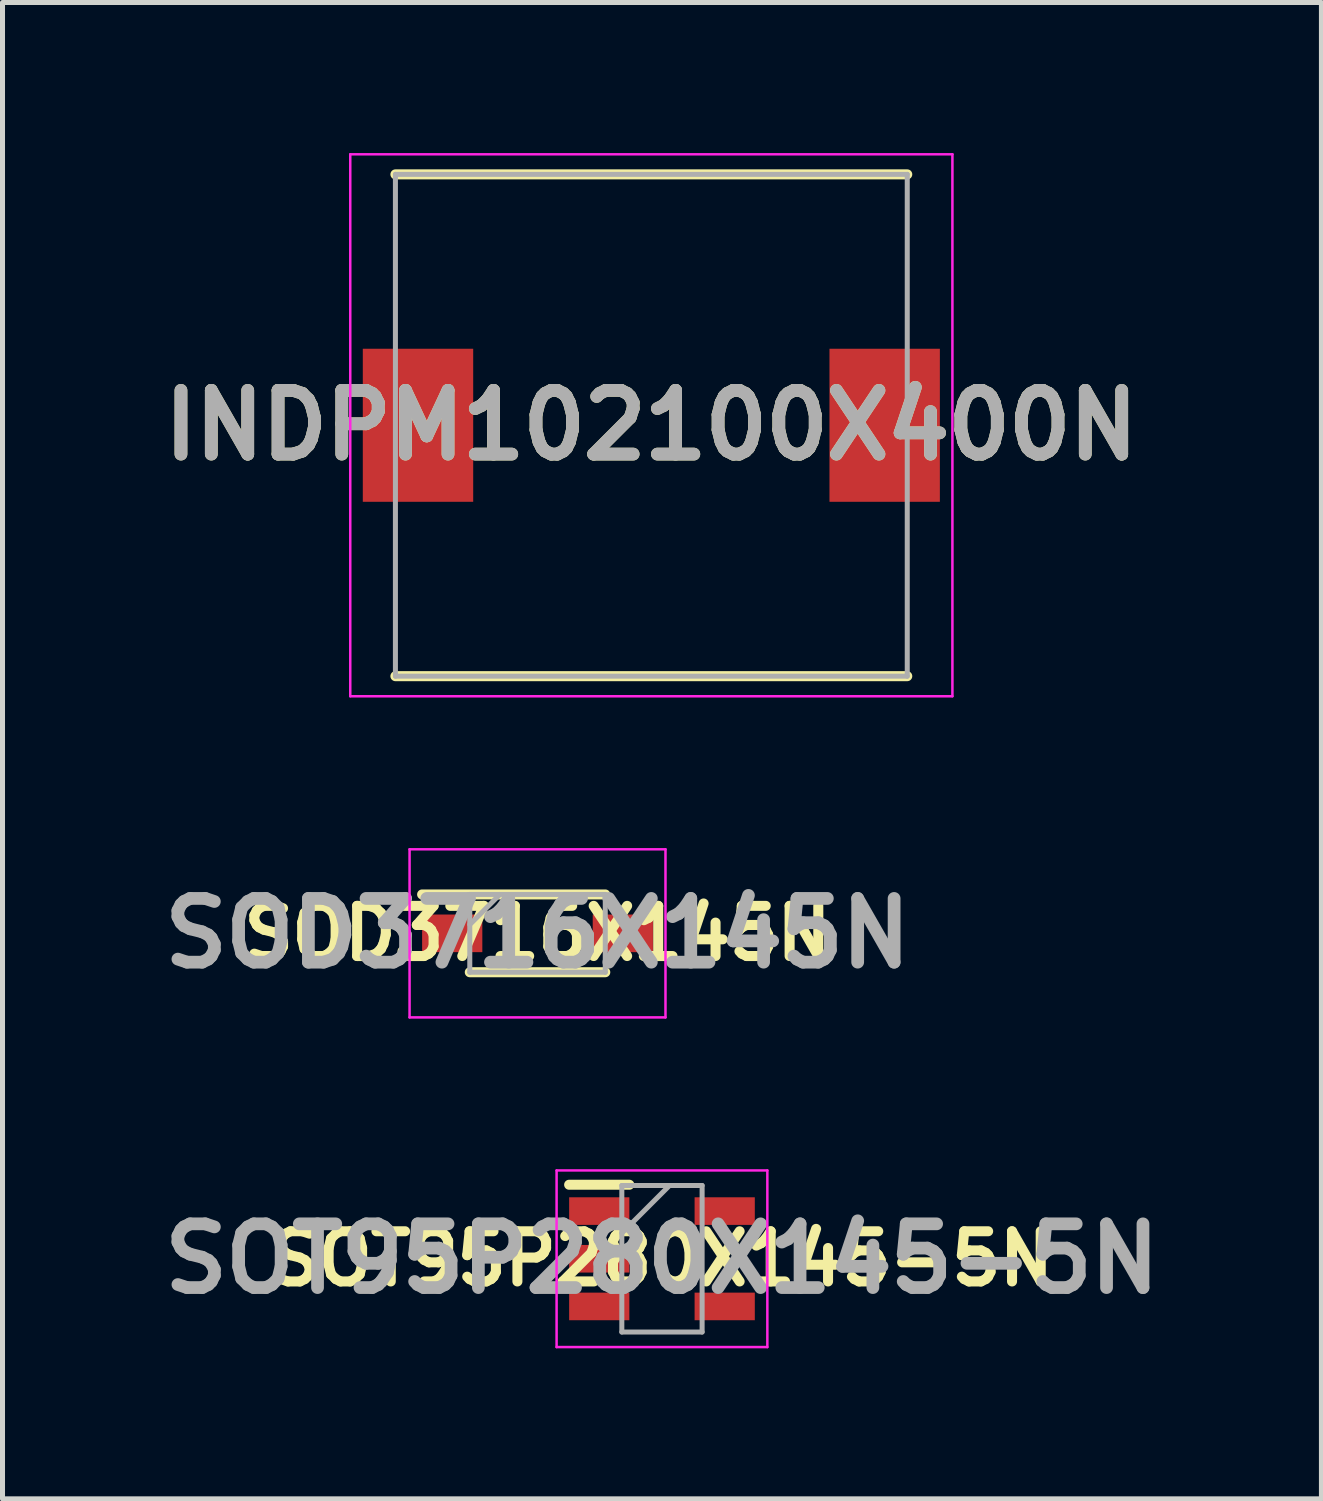
<source format=kicad_pcb>
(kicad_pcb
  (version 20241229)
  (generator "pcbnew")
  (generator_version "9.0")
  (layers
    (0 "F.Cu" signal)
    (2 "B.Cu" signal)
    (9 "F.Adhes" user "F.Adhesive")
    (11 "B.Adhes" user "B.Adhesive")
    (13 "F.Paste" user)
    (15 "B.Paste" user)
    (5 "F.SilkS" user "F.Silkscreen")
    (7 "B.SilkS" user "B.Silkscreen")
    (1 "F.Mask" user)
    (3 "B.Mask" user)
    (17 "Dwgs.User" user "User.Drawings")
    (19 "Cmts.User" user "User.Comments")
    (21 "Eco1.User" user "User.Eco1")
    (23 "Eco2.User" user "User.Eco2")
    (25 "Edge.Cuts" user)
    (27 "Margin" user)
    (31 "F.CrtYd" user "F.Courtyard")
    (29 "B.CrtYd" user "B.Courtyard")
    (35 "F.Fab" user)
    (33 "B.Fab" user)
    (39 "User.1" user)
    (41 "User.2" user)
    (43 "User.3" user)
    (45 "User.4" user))
  (footprint "SOD3716X145N"
    (layer "F.Cu")
    (at 7.662 15.55)
    (property "Reference" "SOD3716X145N" (at 0 0 0) (layer "F.SilkS") (effects (font (size 1 1) (thickness 0.2) (bold yes))))
    (attr smd)
    (fp_line (start -2.3 -0.775) (end 1.35 -0.775) (stroke (width 0.2) (type solid)) (layer "F.SilkS"))
    (fp_line (start -1.35 0.775) (end 1.35 0.775) (stroke (width 0.2) (type solid)) (layer "F.SilkS"))
    (fp_line (start -2.55 -1.675) (end 2.55 -1.675) (stroke (width 0.05) (type solid)) (layer "F.CrtYd"))
    (fp_line (start -2.55 1.675) (end -2.55 -1.675) (stroke (width 0.05) (type solid)) (layer "F.CrtYd"))
    (fp_line (start 2.55 -1.675) (end 2.55 1.675) (stroke (width 0.05) (type solid)) (layer "F.CrtYd"))
    (fp_line (start 2.55 1.675) (end -2.55 1.675) (stroke (width 0.05) (type solid)) (layer "F.CrtYd"))
    (fp_line (start -1.35 -0.775) (end 1.35 -0.775) (stroke (width 0.1) (type solid)) (layer "F.Fab"))
    (fp_line (start -1.35 -0.175) (end -0.75 -0.775) (stroke (width 0.1) (type solid)) (layer "F.Fab"))
    (fp_line (start -1.35 0.775) (end -1.35 -0.775) (stroke (width 0.1) (type solid)) (layer "F.Fab"))
    (fp_line (start 1.35 -0.775) (end 1.35 0.775) (stroke (width 0.1) (type solid)) (layer "F.Fab"))
    (fp_line (start 1.35 0.775) (end -1.35 0.775) (stroke (width 0.1) (type solid)) (layer "F.Fab"))
    (fp_text user "${REFERENCE}" (at 0 0 0) (layer "F.Fab") (effects (font (size 1.27 1.27) (thickness 0.254))))
    (pad "1" smd rect (at -1.7 0 90) (size 0.75 1.2) (layers "F.Cu" "F.Mask" "F.Paste"))
    (pad "2" smd rect (at 1.7 0 90) (size 0.75 1.2) (layers "F.Cu" "F.Mask" "F.Paste")))
  (footprint "SOT95P280X145-5N"
    (layer "F.Cu")
    (at 10.142 22.035)
    (property "Reference" "SOT95P280X145-5N" (at 0 0 0) (layer "F.SilkS") (effects (font (size 1 1) (thickness 0.2) (bold yes))))
    (attr smd)
    (fp_line (start -1.85 -1.475) (end -0.65 -1.475) (stroke (width 0.2) (type solid)) (layer "F.SilkS"))
    (fp_line (start -2.1 -1.76) (end 2.1 -1.76) (stroke (width 0.05) (type solid)) (layer "F.CrtYd"))
    (fp_line (start -2.1 1.76) (end -2.1 -1.76) (stroke (width 0.05) (type solid)) (layer "F.CrtYd"))
    (fp_line (start 2.1 -1.76) (end 2.1 1.76) (stroke (width 0.05) (type solid)) (layer "F.CrtYd"))
    (fp_line (start 2.1 1.76) (end -2.1 1.76) (stroke (width 0.05) (type solid)) (layer "F.CrtYd"))
    (fp_line (start -0.8 -1.46) (end 0.8 -1.46) (stroke (width 0.1) (type solid)) (layer "F.Fab"))
    (fp_line (start -0.8 -0.51) (end 0.15 -1.46) (stroke (width 0.1) (type solid)) (layer "F.Fab"))
    (fp_line (start -0.8 1.46) (end -0.8 -1.46) (stroke (width 0.1) (type solid)) (layer "F.Fab"))
    (fp_line (start 0.8 -1.46) (end 0.8 1.46) (stroke (width 0.1) (type solid)) (layer "F.Fab"))
    (fp_line (start 0.8 1.46) (end -0.8 1.46) (stroke (width 0.1) (type solid)) (layer "F.Fab"))
    (fp_text user "${REFERENCE}" (at 0 0 0) (layer "F.Fab") (effects (font (size 1.27 1.27) (thickness 0.254))))
    (pad "1" smd rect (at -1.25 -0.95 90) (size 0.55 1.2) (layers "F.Cu" "F.Mask" "F.Paste"))
    (pad "2" smd rect (at -1.25 0 90) (size 0.55 1.2) (layers "F.Cu" "F.Mask" "F.Paste"))
    (pad "3" smd rect (at -1.25 0.95 90) (size 0.55 1.2) (layers "F.Cu" "F.Mask" "F.Paste"))
    (pad "4" smd rect (at 1.25 0.95 90) (size 0.55 1.2) (layers "F.Cu" "F.Mask" "F.Paste"))
    (pad "5" smd rect (at 1.25 -0.95 90) (size 0.55 1.2) (layers "F.Cu" "F.Mask" "F.Paste")))
  (footprint "INDPM102100X400N"
    (layer "F.Cu")
    (at 9.93 5.425)
    (property "Reference" "INDPM102100X400N" (at 0 0 0) (layer "F.SilkS") (effects (font (size 1.27 1.27) (thickness 0.254))))
    (attr smd)
    (fp_line (start -5.1 5) (end 5.1 5) (stroke (width 0.2) (type solid)) (layer "F.SilkS"))
    (fp_line (start 5.1 -5) (end -5.1 -5) (stroke (width 0.2) (type solid)) (layer "F.SilkS"))
    (fp_line (start -6 -5.4) (end 6 -5.4) (stroke (width 0.05) (type solid)) (layer "F.CrtYd"))
    (fp_line (start -6 5.4) (end -6 -5.4) (stroke (width 0.05) (type solid)) (layer "F.CrtYd"))
    (fp_line (start 6 -5.4) (end 6 5.4) (stroke (width 0.05) (type solid)) (layer "F.CrtYd"))
    (fp_line (start 6 5.4) (end -6 5.4) (stroke (width 0.05) (type solid)) (layer "F.CrtYd"))
    (fp_line (start -5.1 -5) (end 5.1 -5) (stroke (width 0.1) (type solid)) (layer "F.Fab"))
    (fp_line (start -5.1 5) (end -5.1 -5) (stroke (width 0.1) (type solid)) (layer "F.Fab"))
    (fp_line (start 5.1 -5) (end 5.1 5) (stroke (width 0.1) (type solid)) (layer "F.Fab"))
    (fp_line (start 5.1 5) (end -5.1 5) (stroke (width 0.1) (type solid)) (layer "F.Fab"))
    (fp_text user "${REFERENCE}" (at 0 0 0) (layer "F.Fab") (effects (font (size 1.27 1.27) (thickness 0.254))))
    (pad "1" smd rect (at -4.65 0) (size 2.2 3.05) (layers "F.Cu" "F.Mask" "F.Paste"))
    (pad "2" smd rect (at 4.65 0) (size 2.2 3.05) (layers "F.Cu" "F.Mask" "F.Paste")))
  (gr_rect
    (start -3 -3)
    (end 23.284 26.82)
    (stroke (width 0.1) (type default))
    (fill no)
    (layer "Edge.Cuts")))
</source>
